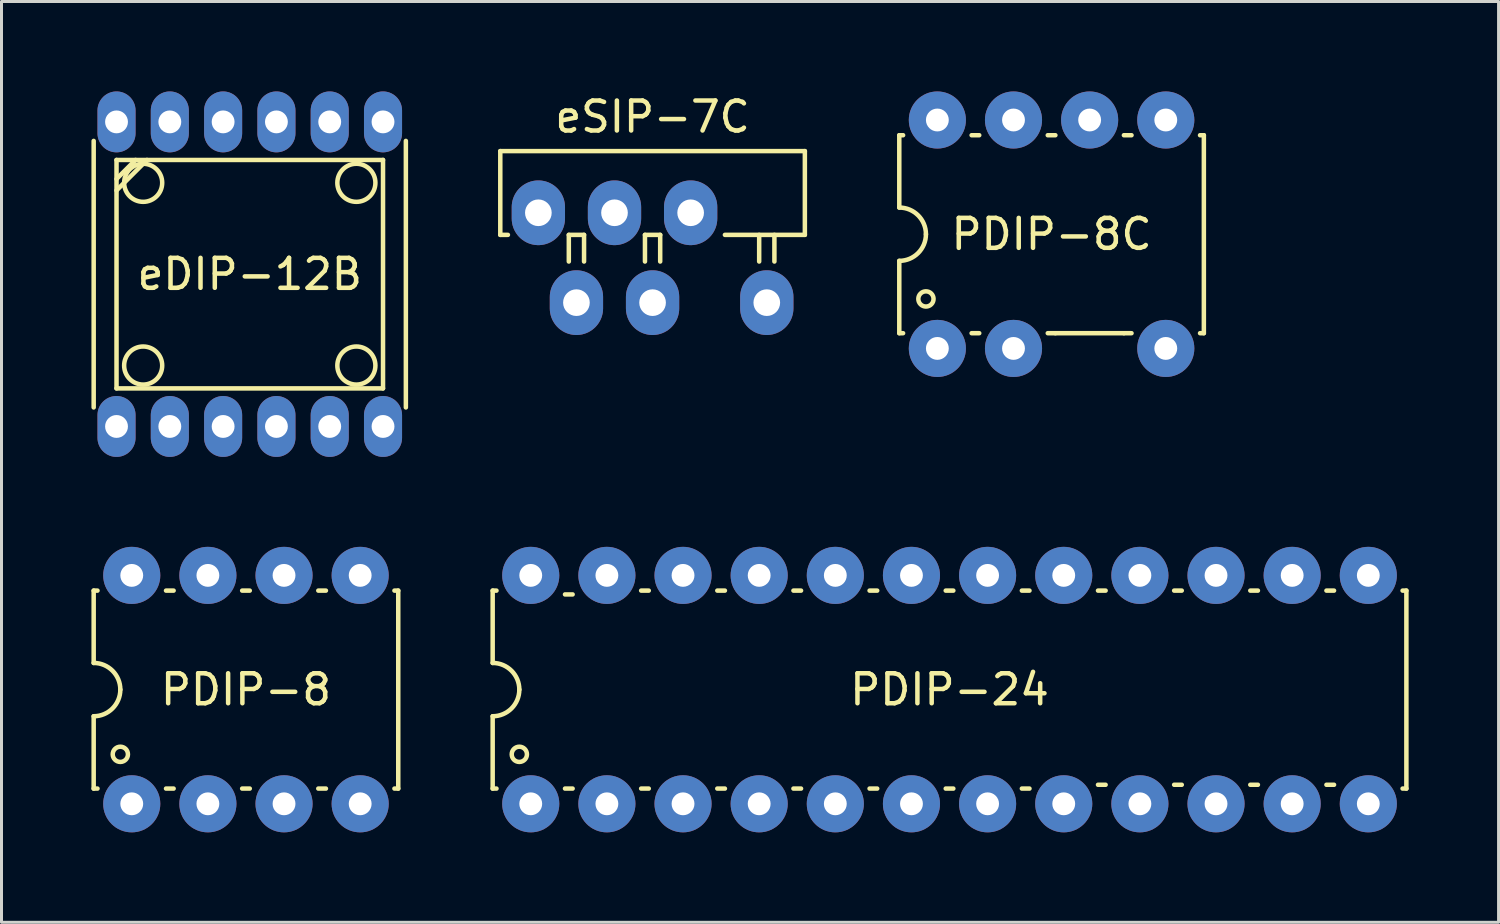
<source format=kicad_pcb>
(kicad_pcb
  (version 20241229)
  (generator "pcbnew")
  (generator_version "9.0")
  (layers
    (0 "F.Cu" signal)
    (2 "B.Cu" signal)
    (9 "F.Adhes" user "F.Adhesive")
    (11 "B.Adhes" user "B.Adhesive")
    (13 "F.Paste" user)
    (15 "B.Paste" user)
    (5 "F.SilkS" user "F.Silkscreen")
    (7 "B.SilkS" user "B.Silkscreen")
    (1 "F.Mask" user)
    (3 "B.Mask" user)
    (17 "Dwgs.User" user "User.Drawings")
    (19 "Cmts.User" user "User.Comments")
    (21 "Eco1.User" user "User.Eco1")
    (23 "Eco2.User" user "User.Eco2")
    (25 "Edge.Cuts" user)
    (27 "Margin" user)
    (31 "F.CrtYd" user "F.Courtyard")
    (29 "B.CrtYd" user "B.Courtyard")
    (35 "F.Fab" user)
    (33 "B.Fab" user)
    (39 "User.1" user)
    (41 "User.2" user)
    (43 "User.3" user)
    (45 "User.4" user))
  (footprint "PDIP-8"
    (layer "F.Cu")
    (at 5.155 19.954)
    (property "Reference" "PDIP-8" (at 0 0 0) (layer "F.SilkS") (effects (font (size 1 1) (thickness 0.15))))
    (attr through_hole)
    (fp_line (start -5.08 -3.302) (end -4.953 -3.302) (stroke (width 0.15) (type solid)) (layer "F.SilkS"))
    (fp_line (start -5.08 -0.889) (end -5.08 -3.302) (stroke (width 0.15) (type solid)) (layer "F.SilkS"))
    (fp_line (start -5.08 0.889) (end -5.08 3.302) (stroke (width 0.15) (type solid)) (layer "F.SilkS"))
    (fp_line (start -5.08 3.302) (end -4.953 3.302) (stroke (width 0.15) (type solid)) (layer "F.SilkS"))
    (fp_line (start -2.667 -3.302) (end -2.413 -3.302) (stroke (width 0.15) (type solid)) (layer "F.SilkS"))
    (fp_line (start -2.667 3.302) (end -2.413 3.302) (stroke (width 0.15) (type solid)) (layer "F.SilkS"))
    (fp_line (start -0.127 -3.302) (end 0.127 -3.302) (stroke (width 0.15) (type solid)) (layer "F.SilkS"))
    (fp_line (start -0.127 3.302) (end 0.127 3.302) (stroke (width 0.15) (type solid)) (layer "F.SilkS"))
    (fp_line (start 2.413 -3.302) (end 2.667 -3.302) (stroke (width 0.15) (type solid)) (layer "F.SilkS"))
    (fp_line (start 2.413 3.302) (end 2.667 3.302) (stroke (width 0.15) (type solid)) (layer "F.SilkS"))
    (fp_line (start 5.08 -3.302) (end 4.953 -3.302) (stroke (width 0.15) (type solid)) (layer "F.SilkS"))
    (fp_line (start 5.08 3.302) (end 4.953 3.302) (stroke (width 0.15) (type solid)) (layer "F.SilkS"))
    (fp_line (start 5.08 3.302) (end 5.08 -3.302) (stroke (width 0.15) (type solid)) (layer "F.SilkS"))
    (fp_arc (start -5.08 -0.889) (mid -4.451382 -0.628618) (end -4.191 0) (stroke (width 0.15) (type solid)) (layer "F.SilkS"))
    (fp_arc (start -4.191 0) (mid -4.451382 0.628618) (end -5.08 0.889) (stroke (width 0.15) (type solid)) (layer "F.SilkS"))
    (fp_circle (center -4.191 2.159) (end -3.937 2.159) (stroke (width 0.15) (type solid)) (fill no) (layer "F.SilkS"))
    (pad "1" thru_hole circle (at -3.81 3.81) (size 1.905 1.905) (drill 0.762) (layers "*.Cu" "*.Mask"))
    (pad "2" thru_hole circle (at -1.27 3.81) (size 1.905 1.905) (drill 0.762) (layers "*.Cu" "*.Mask"))
    (pad "3" thru_hole circle (at 1.27 3.81) (size 1.905 1.905) (drill 0.762) (layers "*.Cu" "*.Mask"))
    (pad "4" thru_hole circle (at 3.81 3.81) (size 1.905 1.905) (drill 0.762) (layers "*.Cu" "*.Mask"))
    (pad "5" thru_hole circle (at 3.81 -3.81) (size 1.905 1.905) (drill 0.762) (layers "*.Cu" "*.Mask"))
    (pad "6" thru_hole circle (at 1.27 -3.81) (size 1.905 1.905) (drill 0.762) (layers "*.Cu" "*.Mask"))
    (pad "7" thru_hole circle (at -1.27 -3.81) (size 1.905 1.905) (drill 0.762) (layers "*.Cu" "*.Mask"))
    (pad "8" thru_hole circle (at -3.81 -3.81) (size 1.905 1.905) (drill 0.762) (layers "*.Cu" "*.Mask")))
  (footprint "PDIP-8C"
    (layer "F.Cu")
    (at 32.029 4.763)
    (property "Reference" "PDIP-8C" (at 0 0 0) (layer "F.SilkS") (effects (font (size 1 1) (thickness 0.15))))
    (attr through_hole)
    (fp_line (start -5.08 -3.302) (end -4.953 -3.302) (stroke (width 0.15) (type solid)) (layer "F.SilkS"))
    (fp_line (start -5.08 -0.889) (end -5.08 -3.302) (stroke (width 0.15) (type solid)) (layer "F.SilkS"))
    (fp_line (start -5.08 0.889) (end -5.08 3.302) (stroke (width 0.15) (type solid)) (layer "F.SilkS"))
    (fp_line (start -5.08 3.302) (end -4.953 3.302) (stroke (width 0.15) (type solid)) (layer "F.SilkS"))
    (fp_line (start -2.667 -3.302) (end -2.413 -3.302) (stroke (width 0.15) (type solid)) (layer "F.SilkS"))
    (fp_line (start -2.667 3.302) (end -2.413 3.302) (stroke (width 0.15) (type solid)) (layer "F.SilkS"))
    (fp_line (start -0.127 -3.302) (end 0.127 -3.302) (stroke (width 0.15) (type solid)) (layer "F.SilkS"))
    (fp_line (start -0.127 3.302) (end 0.127 3.302) (stroke (width 0.15) (type solid)) (layer "F.SilkS"))
    (fp_line (start 0.127 3.302) (end 2.413 3.302) (stroke (width 0.15) (type solid)) (layer "F.SilkS"))
    (fp_line (start 2.413 -3.302) (end 2.667 -3.302) (stroke (width 0.15) (type solid)) (layer "F.SilkS"))
    (fp_line (start 2.413 3.302) (end 2.667 3.302) (stroke (width 0.15) (type solid)) (layer "F.SilkS"))
    (fp_line (start 5.08 -3.302) (end 4.953 -3.302) (stroke (width 0.15) (type solid)) (layer "F.SilkS"))
    (fp_line (start 5.08 3.302) (end 4.953 3.302) (stroke (width 0.15) (type solid)) (layer "F.SilkS"))
    (fp_line (start 5.08 3.302) (end 5.08 -3.302) (stroke (width 0.15) (type solid)) (layer "F.SilkS"))
    (fp_arc (start -5.08 -0.889) (mid -4.451382 -0.628618) (end -4.191 0) (stroke (width 0.15) (type solid)) (layer "F.SilkS"))
    (fp_arc (start -4.191 0) (mid -4.451382 0.628618) (end -5.08 0.889) (stroke (width 0.15) (type solid)) (layer "F.SilkS"))
    (fp_circle (center -4.191 2.159) (end -3.937 2.159) (stroke (width 0.15) (type solid)) (fill no) (layer "F.SilkS"))
    (pad "1" thru_hole circle (at -3.81 3.81) (size 1.905 1.905) (drill 0.762) (layers "*.Cu" "*.Mask"))
    (pad "2" thru_hole circle (at -1.27 3.81) (size 1.905 1.905) (drill 0.762) (layers "*.Cu" "*.Mask"))
    (pad "4" thru_hole circle (at 3.81 3.81) (size 1.905 1.905) (drill 0.762) (layers "*.Cu" "*.Mask"))
    (pad "5" thru_hole circle (at 3.81 -3.81) (size 1.905 1.905) (drill 0.762) (layers "*.Cu" "*.Mask"))
    (pad "6" thru_hole circle (at 1.27 -3.81) (size 1.905 1.905) (drill 0.762) (layers "*.Cu" "*.Mask"))
    (pad "7" thru_hole circle (at -1.27 -3.81) (size 1.905 1.905) (drill 0.762) (layers "*.Cu" "*.Mask"))
    (pad "8" thru_hole circle (at -3.81 -3.81) (size 1.905 1.905) (drill 0.762) (layers "*.Cu" "*.Mask")))
  (footprint "PDIP-24"
    (layer "F.Cu")
    (at 28.625 19.954)
    (property "Reference" "PDIP-24" (at 0 0 0) (layer "F.SilkS") (effects (font (size 1 1) (thickness 0.15))))
    (attr through_hole)
    (fp_line (start -15.24 -3.302) (end -15.113 -3.302) (stroke (width 0.15) (type solid)) (layer "F.SilkS"))
    (fp_line (start -15.24 -0.889) (end -15.24 -3.302) (stroke (width 0.15) (type solid)) (layer "F.SilkS"))
    (fp_line (start -15.24 0.889) (end -15.24 3.302) (stroke (width 0.15) (type solid)) (layer "F.SilkS"))
    (fp_line (start -15.24 3.302) (end -15.113 3.302) (stroke (width 0.15) (type solid)) (layer "F.SilkS"))
    (fp_line (start -12.827 3.302) (end -12.573 3.302) (stroke (width 0.15) (type solid)) (layer "F.SilkS"))
    (fp_line (start -12.573 -3.175) (end -12.827 -3.175) (stroke (width 0.15) (type solid)) (layer "F.SilkS"))
    (fp_line (start -10.287 3.302) (end -10.033 3.302) (stroke (width 0.15) (type solid)) (layer "F.SilkS"))
    (fp_line (start -10.033 -3.302) (end -10.287 -3.302) (stroke (width 0.15) (type solid)) (layer "F.SilkS"))
    (fp_line (start -7.747 3.302) (end -7.493 3.302) (stroke (width 0.15) (type solid)) (layer "F.SilkS"))
    (fp_line (start -7.493 -3.302) (end -7.747 -3.302) (stroke (width 0.15) (type solid)) (layer "F.SilkS"))
    (fp_line (start -5.207 3.302) (end -4.953 3.302) (stroke (width 0.15) (type solid)) (layer "F.SilkS"))
    (fp_line (start -4.953 -3.302) (end -5.207 -3.302) (stroke (width 0.15) (type solid)) (layer "F.SilkS"))
    (fp_line (start -2.667 -3.302) (end -2.413 -3.302) (stroke (width 0.15) (type solid)) (layer "F.SilkS"))
    (fp_line (start -2.667 3.302) (end -2.413 3.302) (stroke (width 0.15) (type solid)) (layer "F.SilkS"))
    (fp_line (start -0.127 -3.302) (end 0.127 -3.302) (stroke (width 0.15) (type solid)) (layer "F.SilkS"))
    (fp_line (start -0.127 3.302) (end 0.127 3.302) (stroke (width 0.15) (type solid)) (layer "F.SilkS"))
    (fp_line (start 2.413 -3.302) (end 2.667 -3.302) (stroke (width 0.15) (type solid)) (layer "F.SilkS"))
    (fp_line (start 2.413 3.302) (end 2.667 3.302) (stroke (width 0.15) (type solid)) (layer "F.SilkS"))
    (fp_line (start 4.953 3.175) (end 5.207 3.175) (stroke (width 0.15) (type solid)) (layer "F.SilkS"))
    (fp_line (start 5.207 -3.302) (end 4.953 -3.302) (stroke (width 0.15) (type solid)) (layer "F.SilkS"))
    (fp_line (start 7.493 3.175) (end 7.747 3.175) (stroke (width 0.15) (type solid)) (layer "F.SilkS"))
    (fp_line (start 7.747 -3.302) (end 7.493 -3.302) (stroke (width 0.15) (type solid)) (layer "F.SilkS"))
    (fp_line (start 10.033 3.175) (end 10.287 3.175) (stroke (width 0.15) (type solid)) (layer "F.SilkS"))
    (fp_line (start 10.287 -3.302) (end 10.033 -3.302) (stroke (width 0.15) (type solid)) (layer "F.SilkS"))
    (fp_line (start 12.573 3.175) (end 12.827 3.175) (stroke (width 0.15) (type solid)) (layer "F.SilkS"))
    (fp_line (start 12.827 -3.302) (end 12.573 -3.302) (stroke (width 0.15) (type solid)) (layer "F.SilkS"))
    (fp_line (start 15.24 -3.302) (end 15.113 -3.302) (stroke (width 0.15) (type solid)) (layer "F.SilkS"))
    (fp_line (start 15.24 3.302) (end 15.113 3.302) (stroke (width 0.15) (type solid)) (layer "F.SilkS"))
    (fp_line (start 15.24 3.302) (end 15.24 -3.302) (stroke (width 0.15) (type solid)) (layer "F.SilkS"))
    (fp_arc (start -15.24 -0.889) (mid -14.611382 -0.628618) (end -14.351 0) (stroke (width 0.15) (type solid)) (layer "F.SilkS"))
    (fp_arc (start -14.351 0) (mid -14.611382 0.628618) (end -15.24 0.889) (stroke (width 0.15) (type solid)) (layer "F.SilkS"))
    (fp_circle (center -14.351 2.159) (end -14.097 2.159) (stroke (width 0.15) (type solid)) (fill no) (layer "F.SilkS"))
    (pad "1" thru_hole circle (at -13.97 3.81) (size 1.905 1.905) (drill 0.762) (layers "*.Cu" "*.Mask"))
    (pad "2" thru_hole circle (at -11.43 3.81) (size 1.905 1.905) (drill 0.762) (layers "*.Cu" "*.Mask"))
    (pad "3" thru_hole circle (at -8.89 3.81) (size 1.905 1.905) (drill 0.762) (layers "*.Cu" "*.Mask"))
    (pad "4" thru_hole circle (at -6.35 3.81) (size 1.905 1.905) (drill 0.762) (layers "*.Cu" "*.Mask"))
    (pad "5" thru_hole circle (at -3.81 3.81) (size 1.905 1.905) (drill 0.762) (layers "*.Cu" "*.Mask"))
    (pad "6" thru_hole circle (at -1.27 3.81) (size 1.905 1.905) (drill 0.762) (layers "*.Cu" "*.Mask"))
    (pad "7" thru_hole circle (at 1.27 3.81) (size 1.905 1.905) (drill 0.762) (layers "*.Cu" "*.Mask"))
    (pad "8" thru_hole circle (at 3.81 3.81) (size 1.905 1.905) (drill 0.762) (layers "*.Cu" "*.Mask"))
    (pad "9" thru_hole circle (at 6.35 3.81) (size 1.905 1.905) (drill 0.762) (layers "*.Cu" "*.Mask"))
    (pad "10" thru_hole circle (at 8.89 3.81) (size 1.905 1.905) (drill 0.762) (layers "*.Cu" "*.Mask"))
    (pad "11" thru_hole circle (at 11.43 3.81) (size 1.905 1.905) (drill 0.762) (layers "*.Cu" "*.Mask"))
    (pad "12" thru_hole circle (at 13.97 3.81) (size 1.905 1.905) (drill 0.762) (layers "*.Cu" "*.Mask"))
    (pad "13" thru_hole circle (at 13.97 -3.81) (size 1.905 1.905) (drill 0.762) (layers "*.Cu" "*.Mask"))
    (pad "14" thru_hole circle (at 11.43 -3.81) (size 1.905 1.905) (drill 0.762) (layers "*.Cu" "*.Mask"))
    (pad "15" thru_hole circle (at 8.89 -3.81) (size 1.905 1.905) (drill 0.762) (layers "*.Cu" "*.Mask"))
    (pad "16" thru_hole circle (at 6.35 -3.81) (size 1.905 1.905) (drill 0.762) (layers "*.Cu" "*.Mask"))
    (pad "17" thru_hole circle (at 3.81 -3.81) (size 1.905 1.905) (drill 0.762) (layers "*.Cu" "*.Mask"))
    (pad "18" thru_hole circle (at 1.27 -3.81) (size 1.905 1.905) (drill 0.762) (layers "*.Cu" "*.Mask"))
    (pad "19" thru_hole circle (at -1.27 -3.81) (size 1.905 1.905) (drill 0.762) (layers "*.Cu" "*.Mask"))
    (pad "20" thru_hole circle (at -3.81 -3.81) (size 1.905 1.905) (drill 0.762) (layers "*.Cu" "*.Mask"))
    (pad "21" thru_hole circle (at -6.35 -3.81) (size 1.905 1.905) (drill 0.762) (layers "*.Cu" "*.Mask"))
    (pad "22" thru_hole circle (at -8.89 -3.81) (size 1.905 1.905) (drill 0.762) (layers "*.Cu" "*.Mask"))
    (pad "23" thru_hole circle (at -11.43 -3.81) (size 1.905 1.905) (drill 0.762) (layers "*.Cu" "*.Mask"))
    (pad "24" thru_hole circle (at -13.97 -3.81) (size 1.905 1.905) (drill 0.762) (layers "*.Cu" "*.Mask")))
  (footprint "eDIP-12B"
    (layer "F.Cu")
    (at 5.282 6.096)
    (property "Reference" "eDIP-12B" (at 0 0 0) (layer "F.SilkS") (effects (font (size 1 1) (thickness 0.15))))
    (attr through_hole)
    (fp_line (start -5.207 4.445) (end -5.207 -4.445) (stroke (width 0.15) (type solid)) (layer "F.SilkS"))
    (fp_line (start -4.445 -3.81) (end -4.445 3.81) (stroke (width 0.15) (type solid)) (layer "F.SilkS"))
    (fp_line (start -4.445 -2.794) (end -3.429 -3.81) (stroke (width 0.15) (type solid)) (layer "F.SilkS"))
    (fp_line (start -4.445 3.81) (end 4.445 3.81) (stroke (width 0.15) (type solid)) (layer "F.SilkS"))
    (fp_line (start -3.81 -3.81) (end -4.445 -3.175) (stroke (width 0.15) (type solid)) (layer "F.SilkS"))
    (fp_line (start 4.445 -3.81) (end -4.445 -3.81) (stroke (width 0.15) (type solid)) (layer "F.SilkS"))
    (fp_line (start 4.445 3.81) (end 4.445 -3.81) (stroke (width 0.15) (type solid)) (layer "F.SilkS"))
    (fp_line (start 5.207 -4.445) (end 5.207 4.445) (stroke (width 0.15) (type solid)) (layer "F.SilkS"))
    (fp_circle (center -3.556 -3.048) (end -3.556 -3.683) (stroke (width 0.15) (type solid)) (fill no) (layer "F.SilkS"))
    (fp_circle (center -3.556 3.048) (end -3.556 3.683) (stroke (width 0.15) (type solid)) (fill no) (layer "F.SilkS"))
    (fp_circle (center 3.556 -3.048) (end 4.191 -3.048) (stroke (width 0.15) (type solid)) (fill no) (layer "F.SilkS"))
    (fp_circle (center 3.556 3.048) (end 4.191 3.048) (stroke (width 0.15) (type solid)) (fill no) (layer "F.SilkS"))
    (pad "1" thru_hole oval (at -4.445 -5.08) (size 1.27 2.032) (drill 0.762) (layers "*.Cu" "*.Mask"))
    (pad "2" thru_hole oval (at -2.667 -5.08) (size 1.27 2.032) (drill 0.762) (layers "*.Cu" "*.Mask"))
    (pad "3" thru_hole oval (at -0.889 -5.08) (size 1.27 2.032) (drill 0.762) (layers "*.Cu" "*.Mask"))
    (pad "4" thru_hole oval (at 0.889 -5.08) (size 1.27 2.032) (drill 0.762) (layers "*.Cu" "*.Mask"))
    (pad "5" thru_hole oval (at 2.667 -5.08) (size 1.27 2.032) (drill 0.762) (layers "*.Cu" "*.Mask"))
    (pad "6" thru_hole oval (at 4.445 -5.08) (size 1.27 2.032) (drill 0.762) (layers "*.Cu" "*.Mask"))
    (pad "7" thru_hole oval (at 4.445 5.08) (size 1.27 2.032) (drill 0.762) (layers "*.Cu" "*.Mask"))
    (pad "8" thru_hole oval (at 2.667 5.08) (size 1.27 2.032) (drill 0.762) (layers "*.Cu" "*.Mask"))
    (pad "9" thru_hole oval (at 0.889 5.08) (size 1.27 2.032) (drill 0.762) (layers "*.Cu" "*.Mask"))
    (pad "10" thru_hole oval (at -0.889 5.08) (size 1.27 2.032) (drill 0.762) (layers "*.Cu" "*.Mask"))
    (pad "11" thru_hole oval (at -2.667 5.08) (size 1.27 2.032) (drill 0.762) (layers "*.Cu" "*.Mask"))
    (pad "12" thru_hole oval (at -4.445 5.08) (size 1.27 2.032) (drill 0.762) (layers "*.Cu" "*.Mask")))
  (footprint "eSIP-7C"
    (layer "F.Cu")
    (at 18.719 5.547)
    (property "Reference" "eSIP-7C" (at 0 -4.699 0) (layer "F.SilkS") (effects (font (size 1 1) (thickness 0.15))))
    (attr through_hole)
    (fp_line (start -5.08 -3.556) (end 5.08 -3.556) (stroke (width 0.15) (type solid)) (layer "F.SilkS"))
    (fp_line (start -5.08 -0.762) (end -5.08 -3.556) (stroke (width 0.15) (type solid)) (layer "F.SilkS"))
    (fp_line (start -4.826 -0.762) (end -5.08 -0.762) (stroke (width 0.15) (type solid)) (layer "F.SilkS"))
    (fp_line (start -2.794 0.127) (end -2.794 -0.762) (stroke (width 0.15) (type solid)) (layer "F.SilkS"))
    (fp_line (start -2.286 -0.762) (end -2.794 -0.762) (stroke (width 0.15) (type solid)) (layer "F.SilkS"))
    (fp_line (start -2.286 -0.762) (end -2.286 0.127) (stroke (width 0.15) (type solid)) (layer "F.SilkS"))
    (fp_line (start -0.254 -0.762) (end -0.254 0.127) (stroke (width 0.15) (type solid)) (layer "F.SilkS"))
    (fp_line (start 0.254 -0.762) (end -0.254 -0.762) (stroke (width 0.15) (type solid)) (layer "F.SilkS"))
    (fp_line (start 0.254 -0.762) (end 0.254 0.127) (stroke (width 0.15) (type solid)) (layer "F.SilkS"))
    (fp_line (start 3.556 0.127) (end 3.556 -0.762) (stroke (width 0.15) (type solid)) (layer "F.SilkS"))
    (fp_line (start 4.064 0.127) (end 4.064 -0.762) (stroke (width 0.15) (type solid)) (layer "F.SilkS"))
    (fp_line (start 5.08 -0.762) (end 2.413 -0.762) (stroke (width 0.15) (type solid)) (layer "F.SilkS"))
    (fp_line (start 5.08 -0.762) (end 5.08 -3.556) (stroke (width 0.15) (type solid)) (layer "F.SilkS"))
    (pad "1" thru_hole oval (at -3.81 -1.499) (size 1.778 2.159) (drill 0.889) (layers "*.Cu" "*.Mask"))
    (pad "2" thru_hole oval (at -2.54 1.499) (size 1.778 2.159) (drill 0.889) (layers "*.Cu" "*.Mask"))
    (pad "3" thru_hole oval (at -1.27 -1.499) (size 1.778 2.159) (drill 0.889) (layers "*.Cu" "*.Mask"))
    (pad "4" thru_hole oval (at 0 1.499) (size 1.778 2.159) (drill 0.889) (layers "*.Cu" "*.Mask"))
    (pad "5" thru_hole oval (at 1.27 -1.499) (size 1.778 2.159) (drill 0.889) (layers "*.Cu" "*.Mask"))
    (pad "7" thru_hole oval (at 3.81 1.499) (size 1.778 2.159) (drill 0.889) (layers "*.Cu" "*.Mask")))
  (gr_rect
    (start -3 -3)
    (end 46.94 27.717)
    (stroke (width 0.1) (type default))
    (fill no)
    (layer "Edge.Cuts")))
</source>
